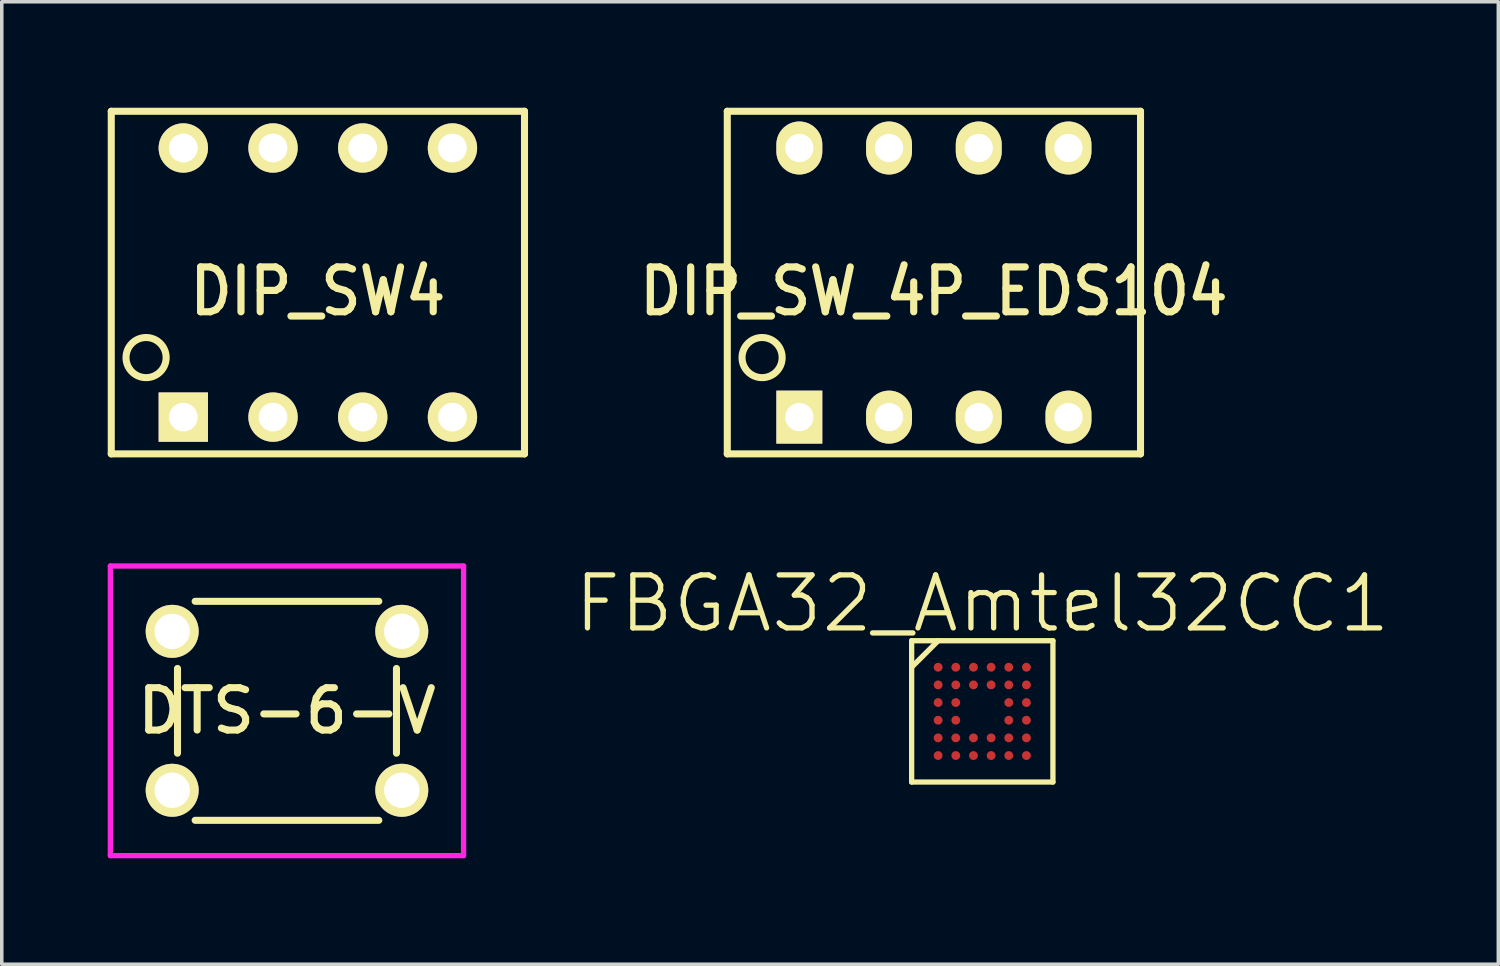
<source format=kicad_pcb>
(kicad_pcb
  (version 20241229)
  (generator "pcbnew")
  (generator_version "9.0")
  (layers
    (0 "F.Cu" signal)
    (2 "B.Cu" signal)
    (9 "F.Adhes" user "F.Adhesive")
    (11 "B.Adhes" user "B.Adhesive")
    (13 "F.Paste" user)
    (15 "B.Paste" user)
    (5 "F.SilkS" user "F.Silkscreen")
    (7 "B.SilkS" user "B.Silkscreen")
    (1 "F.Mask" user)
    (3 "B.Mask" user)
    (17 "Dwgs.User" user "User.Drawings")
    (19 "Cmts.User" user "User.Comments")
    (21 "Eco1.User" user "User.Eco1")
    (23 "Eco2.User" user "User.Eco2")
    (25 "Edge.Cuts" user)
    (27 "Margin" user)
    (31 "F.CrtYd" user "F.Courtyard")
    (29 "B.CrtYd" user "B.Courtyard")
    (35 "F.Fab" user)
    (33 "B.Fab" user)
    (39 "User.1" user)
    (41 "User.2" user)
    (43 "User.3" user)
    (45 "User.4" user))
  (footprint "FBGA32_Amtel32CC1"
    (layer "F.Cu")
    (at 24.761 17.091)
    (property "Reference" "FBGA32_Amtel32CC1" (at 0 -3.05 0) (layer "F.SilkS") (effects (font (size 1.5 1.5) (thickness 0.15))))
    (attr through_hole)
    (fp_line (start -2 -2) (end 2 -2) (stroke (width 0.15) (type solid)) (layer "F.SilkS"))
    (fp_line (start -2 -1.25) (end -1.25 -2) (stroke (width 0.15) (type solid)) (layer "F.SilkS"))
    (fp_line (start -2 2) (end -2 -2) (stroke (width 0.15) (type solid)) (layer "F.SilkS"))
    (fp_line (start 2 -2) (end 2 2) (stroke (width 0.15) (type solid)) (layer "F.SilkS"))
    (fp_line (start 2 2) (end -2 2) (stroke (width 0.15) (type solid)) (layer "F.SilkS"))
    (pad "A1" smd circle (at -1.25 -1.25) (size 0.25 0.25) (layers "F.Cu" "F.Mask" "F.Paste"))
    (pad "A2" smd circle (at -0.75 -1.25) (size 0.25 0.25) (layers "F.Cu" "F.Mask" "F.Paste"))
    (pad "A3" smd circle (at -0.25 -1.25) (size 0.25 0.25) (layers "F.Cu" "F.Mask" "F.Paste"))
    (pad "A4" smd circle (at 0.25 -1.25) (size 0.25 0.25) (layers "F.Cu" "F.Mask" "F.Paste"))
    (pad "A5" smd circle (at 0.75 -1.25) (size 0.25 0.25) (layers "F.Cu" "F.Mask" "F.Paste"))
    (pad "A6" smd circle (at 1.25 -1.25) (size 0.25 0.25) (layers "F.Cu" "F.Mask" "F.Paste"))
    (pad "B1" smd circle (at -1.25 -0.75) (size 0.25 0.25) (layers "F.Cu" "F.Mask" "F.Paste"))
    (pad "B2" smd circle (at -0.75 -0.75) (size 0.25 0.25) (layers "F.Cu" "F.Mask" "F.Paste"))
    (pad "B3" smd circle (at -0.25 -0.75) (size 0.25 0.25) (layers "F.Cu" "F.Mask" "F.Paste"))
    (pad "B4" smd circle (at 0.25 -0.75) (size 0.25 0.25) (layers "F.Cu" "F.Mask" "F.Paste"))
    (pad "B5" smd circle (at 0.75 -0.75) (size 0.25 0.25) (layers "F.Cu" "F.Mask" "F.Paste"))
    (pad "B6" smd circle (at 1.25 -0.75) (size 0.25 0.25) (layers "F.Cu" "F.Mask" "F.Paste"))
    (pad "C1" smd circle (at -1.25 -0.25) (size 0.25 0.25) (layers "F.Cu" "F.Mask" "F.Paste"))
    (pad "C2" smd circle (at -0.75 -0.25) (size 0.25 0.25) (layers "F.Cu" "F.Mask" "F.Paste"))
    (pad "C5" smd circle (at 0.75 -0.25) (size 0.25 0.25) (layers "F.Cu" "F.Mask" "F.Paste"))
    (pad "C6" smd circle (at 1.25 -0.25) (size 0.25 0.25) (layers "F.Cu" "F.Mask" "F.Paste"))
    (pad "D1" smd circle (at -1.25 0.25) (size 0.25 0.25) (layers "F.Cu" "F.Mask" "F.Paste"))
    (pad "D2" smd circle (at -0.75 0.25) (size 0.25 0.25) (layers "F.Cu" "F.Mask" "F.Paste"))
    (pad "D5" smd circle (at 0.75 0.25) (size 0.25 0.25) (layers "F.Cu" "F.Mask" "F.Paste"))
    (pad "D6" smd circle (at 1.25 0.25) (size 0.25 0.25) (layers "F.Cu" "F.Mask" "F.Paste"))
    (pad "E1" smd circle (at -1.25 0.75) (size 0.25 0.25) (layers "F.Cu" "F.Mask" "F.Paste"))
    (pad "E2" smd circle (at -0.75 0.75) (size 0.25 0.25) (layers "F.Cu" "F.Mask" "F.Paste"))
    (pad "E3" smd circle (at -0.25 0.75) (size 0.25 0.25) (layers "F.Cu" "F.Mask" "F.Paste"))
    (pad "E4" smd circle (at 0.25 0.75) (size 0.25 0.25) (layers "F.Cu" "F.Mask" "F.Paste"))
    (pad "E5" smd circle (at 0.75 0.75) (size 0.25 0.25) (layers "F.Cu" "F.Mask" "F.Paste"))
    (pad "E6" smd circle (at 1.25 0.75) (size 0.25 0.25) (layers "F.Cu" "F.Mask" "F.Paste"))
    (pad "F1" smd circle (at -1.25 1.25) (size 0.25 0.25) (layers "F.Cu" "F.Mask" "F.Paste"))
    (pad "F2" smd circle (at -0.75 1.25) (size 0.25 0.25) (layers "F.Cu" "F.Mask" "F.Paste"))
    (pad "F3" smd circle (at -0.25 1.25) (size 0.25 0.25) (layers "F.Cu" "F.Mask" "F.Paste"))
    (pad "F4" smd circle (at 0.25 1.25) (size 0.25 0.25) (layers "F.Cu" "F.Mask" "F.Paste"))
    (pad "F5" smd circle (at 0.75 1.25) (size 0.25 0.25) (layers "F.Cu" "F.Mask" "F.Paste"))
    (pad "F6" smd circle (at 1.25 1.25) (size 0.25 0.25) (layers "F.Cu" "F.Mask" "F.Paste")))
  (footprint "DTS-6-V"
    (layer "F.Cu")
    (at 5.075 17.075)
    (property "Reference" "DTS-6-V" (at 0 0 0) (layer "F.SilkS") (effects (font (size 1.2 1.2) (thickness 0.2))))
    (attr through_hole)
    (fp_line (start -3.1 1.2) (end -3.1 -1.2) (stroke (width 0.2) (type solid)) (layer "F.SilkS"))
    (fp_line (start -2.6 -3.1) (end 2.6 -3.1) (stroke (width 0.2) (type solid)) (layer "F.SilkS"))
    (fp_line (start 2.6 3.1) (end -2.6 3.1) (stroke (width 0.2) (type solid)) (layer "F.SilkS"))
    (fp_line (start 3.1 -1.2) (end 3.1 1.2) (stroke (width 0.2) (type solid)) (layer "F.SilkS"))
    (fp_line (start -5 -4.1) (end 5 -4.1) (stroke (width 0.15) (type solid)) (layer "F.CrtYd"))
    (fp_line (start -5 4.1) (end -5 -4.1) (stroke (width 0.15) (type solid)) (layer "F.CrtYd"))
    (fp_line (start -5 4.1) (end 5 4.1) (stroke (width 0.15) (type solid)) (layer "F.CrtYd"))
    (fp_line (start 5 4.1) (end 5 -4.1) (stroke (width 0.15) (type solid)) (layer "F.CrtYd"))
    (pad "1" thru_hole circle (at -3.25 -2.25) (size 1.5 1.5) (drill 1) (layers "*.Cu" "*.Mask" "F.SilkS"))
    (pad "2" thru_hole circle (at 3.25 -2.25) (size 1.5 1.5) (drill 1) (layers "*.Cu" "*.Mask" "F.SilkS"))
    (pad "3" thru_hole circle (at -3.25 2.25) (size 1.5 1.5) (drill 1) (layers "*.Cu" "*.Mask" "F.SilkS"))
    (pad "4" thru_hole circle (at 3.25 2.25) (size 1.5 1.5) (drill 1) (layers "*.Cu" "*.Mask" "F.SilkS")))
  (footprint "DIP_SW_4P_EDS104"
    (layer "F.Cu")
    (at 23.391 4.95)
    (property "Reference" "DIP_SW_4P_EDS104" (at 0 0.25 0) (layer "F.SilkS") (effects (font (size 1.27 1.143) (thickness 0.203))))
    (attr through_hole)
    (fp_line (start -5.85 -4.85) (end 5.85 -4.85) (stroke (width 0.2) (type solid)) (layer "F.SilkS"))
    (fp_line (start -5.85 4.85) (end -5.85 -4.85) (stroke (width 0.2) (type solid)) (layer "F.SilkS"))
    (fp_line (start 5.85 -4.85) (end 5.85 4.85) (stroke (width 0.2) (type solid)) (layer "F.SilkS"))
    (fp_line (start 5.85 4.85) (end -5.85 4.85) (stroke (width 0.2) (type solid)) (layer "F.SilkS"))
    (fp_circle (center -4.864 2.124) (end -5.372 2.378) (stroke (width 0.2) (type solid)) (fill no) (layer "F.SilkS"))
    (pad "1" thru_hole rect (at -3.81 3.81) (size 1.3 1.5) (drill 0.8) (layers "*.Cu" "*.Mask" "F.SilkS"))
    (pad "2" thru_hole oval (at -1.27 3.81) (size 1.3 1.5) (drill 0.8) (layers "*.Cu" "*.Mask" "F.SilkS"))
    (pad "3" thru_hole oval (at 1.27 3.81) (size 1.3 1.5) (drill 0.8) (layers "*.Cu" "*.Mask" "F.SilkS"))
    (pad "4" thru_hole oval (at 3.81 3.81) (size 1.3 1.5) (drill 0.8) (layers "*.Cu" "*.Mask" "F.SilkS"))
    (pad "5" thru_hole oval (at 3.81 -3.81) (size 1.3 1.5) (drill 0.8) (layers "*.Cu" "*.Mask" "F.SilkS"))
    (pad "6" thru_hole oval (at 1.27 -3.81) (size 1.3 1.5) (drill 0.8) (layers "*.Cu" "*.Mask" "F.SilkS"))
    (pad "7" thru_hole oval (at -1.27 -3.81) (size 1.3 1.5) (drill 0.8) (layers "*.Cu" "*.Mask" "F.SilkS"))
    (pad "8" thru_hole oval (at -3.81 -3.81) (size 1.3 1.5) (drill 0.8) (layers "*.Cu" "*.Mask" "F.SilkS")))
  (footprint "DIP_SW4"
    (layer "F.Cu")
    (at 5.95 4.95)
    (property "Reference" "DIP_SW4" (at 0 0.25 0) (layer "F.SilkS") (effects (font (size 1.27 1.143) (thickness 0.203))))
    (attr through_hole)
    (fp_line (start -5.85 -4.85) (end 5.85 -4.85) (stroke (width 0.2) (type solid)) (layer "F.SilkS"))
    (fp_line (start -5.85 4.85) (end -5.85 -4.85) (stroke (width 0.2) (type solid)) (layer "F.SilkS"))
    (fp_line (start 5.85 -4.85) (end 5.85 4.85) (stroke (width 0.2) (type solid)) (layer "F.SilkS"))
    (fp_line (start 5.85 4.85) (end -5.85 4.85) (stroke (width 0.2) (type solid)) (layer "F.SilkS"))
    (fp_circle (center -4.864 2.124) (end -5.372 2.378) (stroke (width 0.2) (type solid)) (fill no) (layer "F.SilkS"))
    (pad "1" thru_hole rect (at -3.81 3.81) (size 1.397 1.397) (drill 0.813) (layers "*.Cu" "*.Mask" "F.SilkS"))
    (pad "2" thru_hole circle (at -1.27 3.81) (size 1.397 1.397) (drill 0.813) (layers "*.Cu" "*.Mask" "F.SilkS"))
    (pad "3" thru_hole circle (at 1.27 3.81) (size 1.397 1.397) (drill 0.813) (layers "*.Cu" "*.Mask" "F.SilkS"))
    (pad "4" thru_hole circle (at 3.81 3.81) (size 1.397 1.397) (drill 0.813) (layers "*.Cu" "*.Mask" "F.SilkS"))
    (pad "5" thru_hole circle (at 3.81 -3.81) (size 1.397 1.397) (drill 0.813) (layers "*.Cu" "*.Mask" "F.SilkS"))
    (pad "6" thru_hole circle (at 1.27 -3.81) (size 1.397 1.397) (drill 0.813) (layers "*.Cu" "*.Mask" "F.SilkS"))
    (pad "7" thru_hole circle (at -1.27 -3.81) (size 1.397 1.397) (drill 0.813) (layers "*.Cu" "*.Mask" "F.SilkS"))
    (pad "8" thru_hole circle (at -3.81 -3.81) (size 1.397 1.397) (drill 0.813) (layers "*.Cu" "*.Mask" "F.SilkS")))
  (gr_rect
    (start -3 -3)
    (end 39.371 24.25)
    (stroke (width 0.1) (type default))
    (fill no)
    (layer "Edge.Cuts")))
</source>
